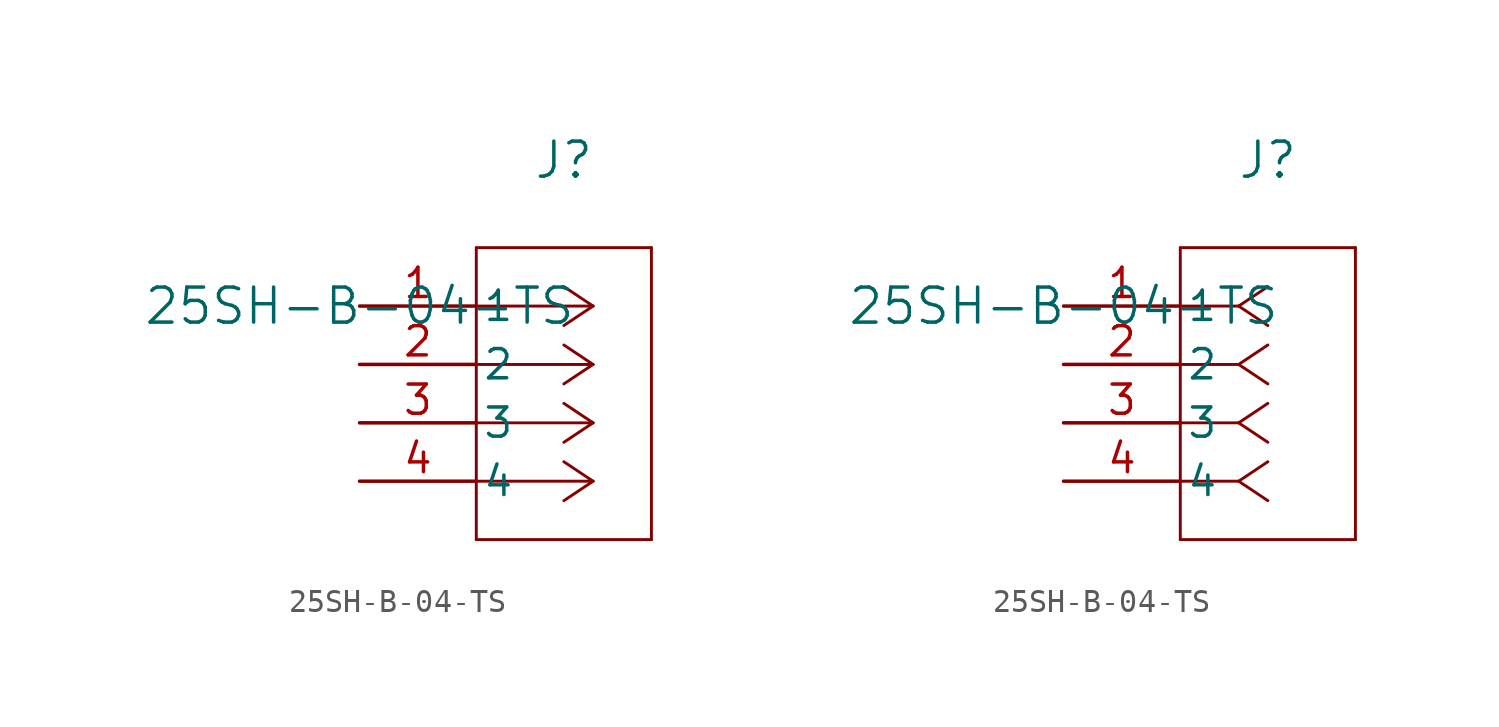
<source format=kicad_sym>
(kicad_symbol_lib
  (version 20211014)
  (generator kicad_symbol_editor)
  (symbol "25SH-B-04-TS"
    (pin_names
      (offset 0.254))
    (property "Reference" "J"
      (at 8.89 6.35 0)
      (effects (font (size 1.524 1.524))))
    (property "Value" "25SH-B-04-TS"
      (at 0 0 0)
      (effects (font (size 1.524 1.524))))
    (symbol "25SH-B-04-TS_1_1"
      (polyline (pts (xy 10.16 0) (xy 5.08 0)) (stroke (width 0.127) (type default) (color 0 0 0 0)) (fill (type none)))
      (polyline (pts (xy 10.16 -2.54) (xy 5.08 -2.54)) (stroke (width 0.127) (type default) (color 0 0 0 0)) (fill (type none)))
      (polyline (pts (xy 10.16 -5.08) (xy 5.08 -5.08)) (stroke (width 0.127) (type default) (color 0 0 0 0)) (fill (type none)))
      (polyline (pts (xy 10.16 -7.62) (xy 5.08 -7.62)) (stroke (width 0.127) (type default) (color 0 0 0 0)) (fill (type none)))
      (polyline (pts (xy 10.16 0) (xy 8.89 0.847)) (stroke (width 0.127) (type default) (color 0 0 0 0)) (fill (type none)))
      (polyline (pts (xy 10.16 -2.54) (xy 8.89 -1.693)) (stroke (width 0.127) (type default) (color 0 0 0 0)) (fill (type none)))
      (polyline (pts (xy 10.16 -5.08) (xy 8.89 -4.233)) (stroke (width 0.127) (type default) (color 0 0 0 0)) (fill (type none)))
      (polyline (pts (xy 10.16 -7.62) (xy 8.89 -6.773)) (stroke (width 0.127) (type default) (color 0 0 0 0)) (fill (type none)))
      (polyline (pts (xy 10.16 0) (xy 8.89 -0.847)) (stroke (width 0.127) (type default) (color 0 0 0 0)) (fill (type none)))
      (polyline (pts (xy 10.16 -2.54) (xy 8.89 -3.387)) (stroke (width 0.127) (type default) (color 0 0 0 0)) (fill (type none)))
      (polyline (pts (xy 10.16 -5.08) (xy 8.89 -5.927)) (stroke (width 0.127) (type default) (color 0 0 0 0)) (fill (type none)))
      (polyline (pts (xy 10.16 -7.62) (xy 8.89 -8.467)) (stroke (width 0.127) (type default) (color 0 0 0 0)) (fill (type none)))
      (polyline (pts (xy 5.08 2.54) (xy 5.08 -10.16)) (stroke (width 0.127) (type default) (color 0 0 0 0)) (fill (type none)))
      (polyline (pts (xy 5.08 -10.16) (xy 12.7 -10.16)) (stroke (width 0.127) (type default) (color 0 0 0 0)) (fill (type none)))
      (polyline (pts (xy 12.7 -10.16) (xy 12.7 2.54)) (stroke (width 0.127) (type default) (color 0 0 0 0)) (fill (type none)))
      (polyline (pts (xy 12.7 2.54) (xy 5.08 2.54)) (stroke (width 0.127) (type default) (color 0 0 0 0)) (fill (type none)))
      (pin unspecified line (at 0 0 0) (length 5.08) (name "1" (effects (font (size 1.27 1.27)))) (number "1" (effects (font (size 1.27 1.27)))))
      (pin unspecified line (at 0 -2.54 0) (length 5.08) (name "2" (effects (font (size 1.27 1.27)))) (number "2" (effects (font (size 1.27 1.27)))))
      (pin unspecified line (at 0 -5.08 0) (length 5.08) (name "3" (effects (font (size 1.27 1.27)))) (number "3" (effects (font (size 1.27 1.27)))))
      (pin unspecified line (at 0 -7.62 0) (length 5.08) (name "4" (effects (font (size 1.27 1.27)))) (number "4" (effects (font (size 1.27 1.27))))))
    (symbol "25SH-B-04-TS_1_2"
      (polyline (pts (xy 7.62 0) (xy 5.08 0)) (stroke (width 0.127) (type default) (color 0 0 0 0)) (fill (type none)))
      (polyline (pts (xy 7.62 -2.54) (xy 5.08 -2.54)) (stroke (width 0.127) (type default) (color 0 0 0 0)) (fill (type none)))
      (polyline (pts (xy 7.62 -5.08) (xy 5.08 -5.08)) (stroke (width 0.127) (type default) (color 0 0 0 0)) (fill (type none)))
      (polyline (pts (xy 7.62 -7.62) (xy 5.08 -7.62)) (stroke (width 0.127) (type default) (color 0 0 0 0)) (fill (type none)))
      (polyline (pts (xy 7.62 0) (xy 8.89 0.847)) (stroke (width 0.127) (type default) (color 0 0 0 0)) (fill (type none)))
      (polyline (pts (xy 7.62 -2.54) (xy 8.89 -1.693)) (stroke (width 0.127) (type default) (color 0 0 0 0)) (fill (type none)))
      (polyline (pts (xy 7.62 -5.08) (xy 8.89 -4.233)) (stroke (width 0.127) (type default) (color 0 0 0 0)) (fill (type none)))
      (polyline (pts (xy 7.62 -7.62) (xy 8.89 -6.773)) (stroke (width 0.127) (type default) (color 0 0 0 0)) (fill (type none)))
      (polyline (pts (xy 7.62 0) (xy 8.89 -0.847)) (stroke (width 0.127) (type default) (color 0 0 0 0)) (fill (type none)))
      (polyline (pts (xy 7.62 -2.54) (xy 8.89 -3.387)) (stroke (width 0.127) (type default) (color 0 0 0 0)) (fill (type none)))
      (polyline (pts (xy 7.62 -5.08) (xy 8.89 -5.927)) (stroke (width 0.127) (type default) (color 0 0 0 0)) (fill (type none)))
      (polyline (pts (xy 7.62 -7.62) (xy 8.89 -8.467)) (stroke (width 0.127) (type default) (color 0 0 0 0)) (fill (type none)))
      (polyline (pts (xy 5.08 2.54) (xy 5.08 -10.16)) (stroke (width 0.127) (type default) (color 0 0 0 0)) (fill (type none)))
      (polyline (pts (xy 5.08 -10.16) (xy 12.7 -10.16)) (stroke (width 0.127) (type default) (color 0 0 0 0)) (fill (type none)))
      (polyline (pts (xy 12.7 -10.16) (xy 12.7 2.54)) (stroke (width 0.127) (type default) (color 0 0 0 0)) (fill (type none)))
      (polyline (pts (xy 12.7 2.54) (xy 5.08 2.54)) (stroke (width 0.127) (type default) (color 0 0 0 0)) (fill (type none)))
      (pin unspecified line (at 0 0 0) (length 5.08) (name "1" (effects (font (size 1.27 1.27)))) (number "1" (effects (font (size 1.27 1.27)))))
      (pin unspecified line (at 0 -2.54 0) (length 5.08) (name "2" (effects (font (size 1.27 1.27)))) (number "2" (effects (font (size 1.27 1.27)))))
      (pin unspecified line (at 0 -5.08 0) (length 5.08) (name "3" (effects (font (size 1.27 1.27)))) (number "3" (effects (font (size 1.27 1.27)))))
      (pin unspecified line (at 0 -7.62 0) (length 5.08) (name "4" (effects (font (size 1.27 1.27)))) (number "4" (effects (font (size 1.27 1.27))))))))
</source>
